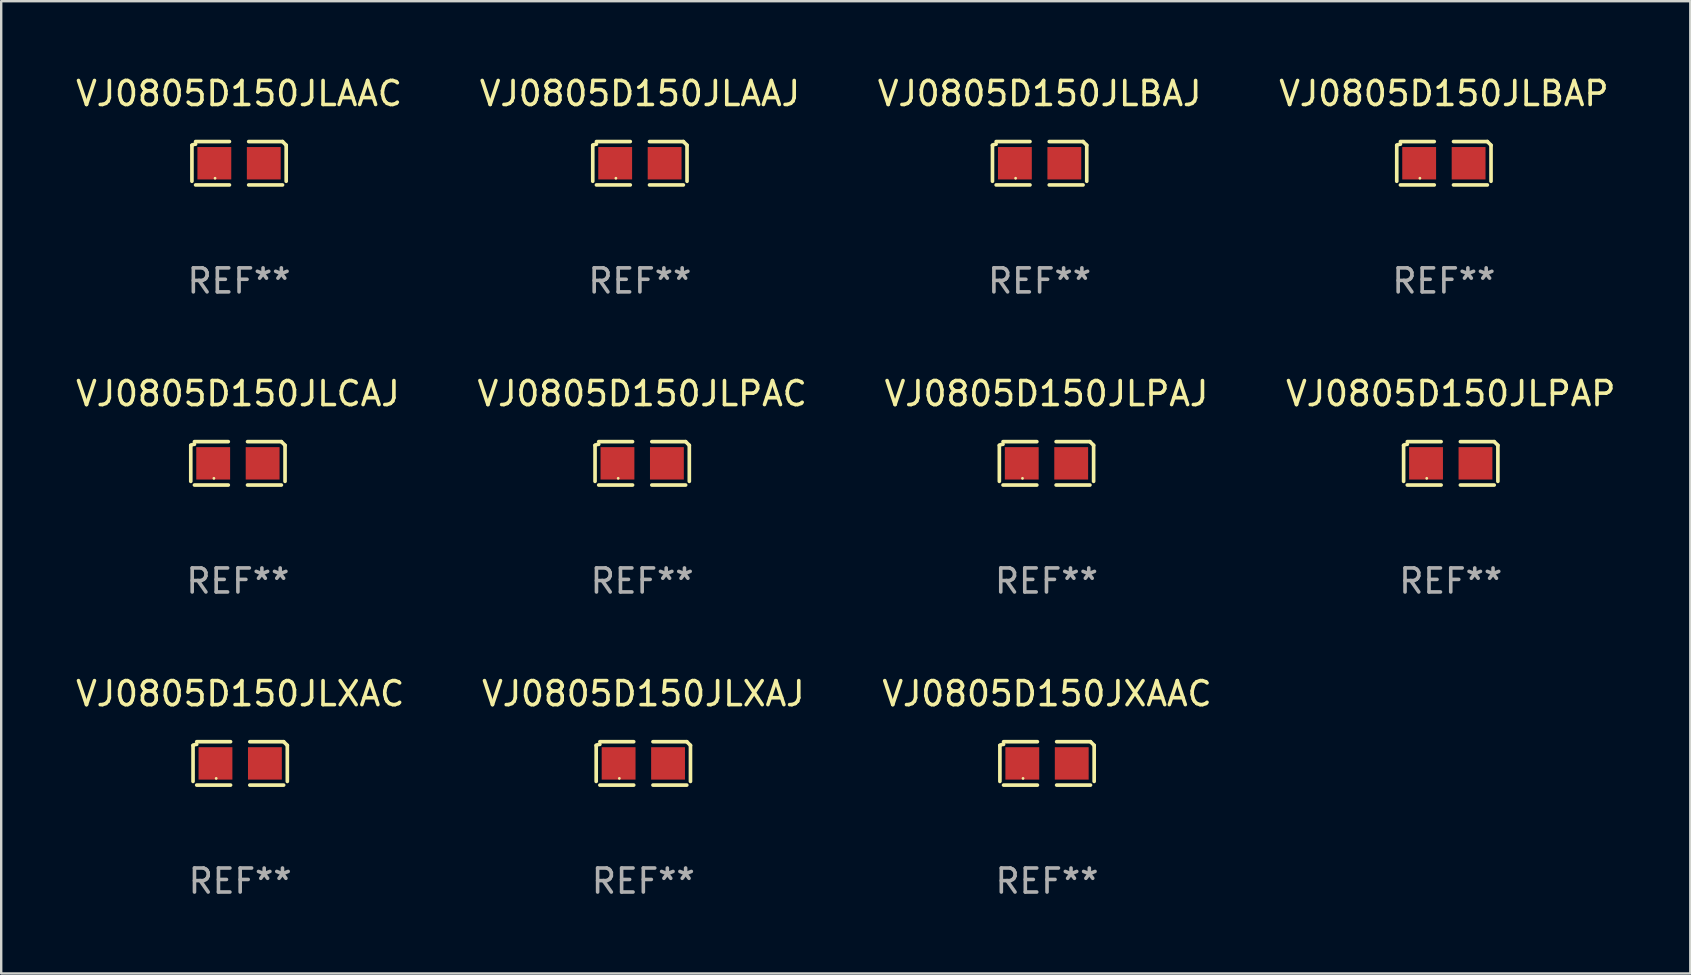
<source format=kicad_pcb>
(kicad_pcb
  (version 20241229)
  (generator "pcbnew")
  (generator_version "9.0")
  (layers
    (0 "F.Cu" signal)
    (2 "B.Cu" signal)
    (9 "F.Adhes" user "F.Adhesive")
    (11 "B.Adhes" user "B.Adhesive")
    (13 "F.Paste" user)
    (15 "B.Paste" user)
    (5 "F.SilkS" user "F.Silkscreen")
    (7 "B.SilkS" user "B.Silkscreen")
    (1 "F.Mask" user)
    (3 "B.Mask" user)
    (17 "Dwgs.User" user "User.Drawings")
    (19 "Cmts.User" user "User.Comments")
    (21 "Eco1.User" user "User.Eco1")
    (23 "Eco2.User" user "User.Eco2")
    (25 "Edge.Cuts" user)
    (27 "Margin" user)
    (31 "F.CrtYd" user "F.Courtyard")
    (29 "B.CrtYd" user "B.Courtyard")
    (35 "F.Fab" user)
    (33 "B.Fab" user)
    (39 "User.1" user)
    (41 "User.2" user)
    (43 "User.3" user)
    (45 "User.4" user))
  (footprint "VJ0805D150JLXAJ"
    (layer "F.Cu")
    (at 23.756 28.759)
    (property "Reference" "VJ0805D150JLXAJ" (at 0 -2.904 0) (layer "F.SilkS") (effects (font (size 1 1) (thickness 0.15))))
    (attr through_hole)
    (fp_line (start -1.964 0.751) (end -1.964 -0.751) (stroke (width 0.152) (type solid)) (layer "F.SilkS"))
    (fp_line (start -1.811 -0.904) (end -0.401 -0.904) (stroke (width 0.152) (type solid)) (layer "F.SilkS"))
    (fp_line (start -0.401 0.904) (end -1.811 0.904) (stroke (width 0.152) (type solid)) (layer "F.SilkS"))
    (fp_line (start 0.401 0.904) (end 1.811 0.904) (stroke (width 0.152) (type solid)) (layer "F.SilkS"))
    (fp_line (start 1.811 -0.904) (end 0.401 -0.904) (stroke (width 0.152) (type solid)) (layer "F.SilkS"))
    (fp_line (start 1.964 0.751) (end 1.964 -0.751) (stroke (width 0.152) (type solid)) (layer "F.SilkS"))
    (fp_arc (start -1.963602 -0.751207) (mid -1.890354 -0.783131) (end -1.811201 -0.794044) (stroke (width 0.1524) (type solid)) (layer "F.SilkS"))
    (fp_arc (start 1.811202 -0.903607) (mid 1.887413 -0.827418) (end 1.963602 -0.751207) (stroke (width 0.1524) (type solid)) (layer "F.SilkS"))
    (fp_circle (center -1 0.625) (end -0.97 0.625) (stroke (width 0.06) (type solid)) (fill no) (layer "F.SilkS"))
    (fp_text user "REF**" (at 0 4.904 0) (layer "F.Fab") (effects (font (size 1 1) (thickness 0.15))))
    (pad "1" smd rect (at -1.03 0) (size 1.41 1.35) (layers "F.Cu" "F.Mask" "F.Paste"))
    (pad "2" smd rect (at 1.03 0) (size 1.41 1.35) (layers "F.Cu" "F.Mask" "F.Paste")))
  (footprint "VJ0805D150JLPAJ"
    (layer "F.Cu")
    (at 40.554 16.256)
    (property "Reference" "VJ0805D150JLPAJ" (at 0 -2.904 0) (layer "F.SilkS") (effects (font (size 1 1) (thickness 0.15))))
    (attr through_hole)
    (fp_line (start -1.964 0.751) (end -1.964 -0.751) (stroke (width 0.152) (type solid)) (layer "F.SilkS"))
    (fp_line (start -1.811 -0.904) (end -0.401 -0.904) (stroke (width 0.152) (type solid)) (layer "F.SilkS"))
    (fp_line (start -0.401 0.904) (end -1.811 0.904) (stroke (width 0.152) (type solid)) (layer "F.SilkS"))
    (fp_line (start 0.401 0.904) (end 1.811 0.904) (stroke (width 0.152) (type solid)) (layer "F.SilkS"))
    (fp_line (start 1.811 -0.904) (end 0.401 -0.904) (stroke (width 0.152) (type solid)) (layer "F.SilkS"))
    (fp_line (start 1.964 0.751) (end 1.964 -0.751) (stroke (width 0.152) (type solid)) (layer "F.SilkS"))
    (fp_arc (start -1.963602 -0.751207) (mid -1.890354 -0.783131) (end -1.811201 -0.794044) (stroke (width 0.1524) (type solid)) (layer "F.SilkS"))
    (fp_arc (start 1.811202 -0.903607) (mid 1.887413 -0.827418) (end 1.963602 -0.751207) (stroke (width 0.1524) (type solid)) (layer "F.SilkS"))
    (fp_circle (center -1 0.625) (end -0.97 0.625) (stroke (width 0.06) (type solid)) (fill no) (layer "F.SilkS"))
    (fp_text user "REF**" (at 0 4.904 0) (layer "F.Fab") (effects (font (size 1 1) (thickness 0.15))))
    (pad "1" smd rect (at -1.03 0) (size 1.41 1.35) (layers "F.Cu" "F.Mask" "F.Paste"))
    (pad "2" smd rect (at 1.03 0) (size 1.41 1.35) (layers "F.Cu" "F.Mask" "F.Paste")))
  (footprint "VJ0805D150JLPAC"
    (layer "F.Cu")
    (at 23.708 16.256)
    (property "Reference" "VJ0805D150JLPAC" (at 0 -2.904 0) (layer "F.SilkS") (effects (font (size 1 1) (thickness 0.15))))
    (attr through_hole)
    (fp_line (start -1.964 0.751) (end -1.964 -0.751) (stroke (width 0.152) (type solid)) (layer "F.SilkS"))
    (fp_line (start -1.811 -0.904) (end -0.401 -0.904) (stroke (width 0.152) (type solid)) (layer "F.SilkS"))
    (fp_line (start -0.401 0.904) (end -1.811 0.904) (stroke (width 0.152) (type solid)) (layer "F.SilkS"))
    (fp_line (start 0.401 0.904) (end 1.811 0.904) (stroke (width 0.152) (type solid)) (layer "F.SilkS"))
    (fp_line (start 1.811 -0.904) (end 0.401 -0.904) (stroke (width 0.152) (type solid)) (layer "F.SilkS"))
    (fp_line (start 1.964 0.751) (end 1.964 -0.751) (stroke (width 0.152) (type solid)) (layer "F.SilkS"))
    (fp_arc (start -1.963602 -0.751207) (mid -1.890354 -0.783131) (end -1.811201 -0.794044) (stroke (width 0.1524) (type solid)) (layer "F.SilkS"))
    (fp_arc (start 1.811202 -0.903607) (mid 1.887413 -0.827418) (end 1.963602 -0.751207) (stroke (width 0.1524) (type solid)) (layer "F.SilkS"))
    (fp_circle (center -1 0.625) (end -0.97 0.625) (stroke (width 0.06) (type solid)) (fill no) (layer "F.SilkS"))
    (fp_text user "REF**" (at 0 4.904 0) (layer "F.Fab") (effects (font (size 1 1) (thickness 0.15))))
    (pad "1" smd rect (at -1.03 0) (size 1.41 1.35) (layers "F.Cu" "F.Mask" "F.Paste"))
    (pad "2" smd rect (at 1.03 0) (size 1.41 1.35) (layers "F.Cu" "F.Mask" "F.Paste")))
  (footprint "VJ0805D150JLAAC"
    (layer "F.Cu")
    (at 6.911 3.752)
    (property "Reference" "VJ0805D150JLAAC" (at 0 -2.904 0) (layer "F.SilkS") (effects (font (size 1 1) (thickness 0.15))))
    (attr through_hole)
    (fp_line (start -1.964 0.751) (end -1.964 -0.751) (stroke (width 0.152) (type solid)) (layer "F.SilkS"))
    (fp_line (start -1.811 -0.904) (end -0.401 -0.904) (stroke (width 0.152) (type solid)) (layer "F.SilkS"))
    (fp_line (start -0.401 0.904) (end -1.811 0.904) (stroke (width 0.152) (type solid)) (layer "F.SilkS"))
    (fp_line (start 0.401 0.904) (end 1.811 0.904) (stroke (width 0.152) (type solid)) (layer "F.SilkS"))
    (fp_line (start 1.811 -0.904) (end 0.401 -0.904) (stroke (width 0.152) (type solid)) (layer "F.SilkS"))
    (fp_line (start 1.964 0.751) (end 1.964 -0.751) (stroke (width 0.152) (type solid)) (layer "F.SilkS"))
    (fp_arc (start -1.963602 -0.751207) (mid -1.890354 -0.783131) (end -1.811201 -0.794044) (stroke (width 0.1524) (type solid)) (layer "F.SilkS"))
    (fp_arc (start 1.811202 -0.903607) (mid 1.887413 -0.827418) (end 1.963602 -0.751207) (stroke (width 0.1524) (type solid)) (layer "F.SilkS"))
    (fp_circle (center -1 0.625) (end -0.97 0.625) (stroke (width 0.06) (type solid)) (fill no) (layer "F.SilkS"))
    (fp_text user "REF**" (at 0 4.904 0) (layer "F.Fab") (effects (font (size 1 1) (thickness 0.15))))
    (pad "1" smd rect (at -1.03 0) (size 1.41 1.35) (layers "F.Cu" "F.Mask" "F.Paste"))
    (pad "2" smd rect (at 1.03 0) (size 1.41 1.35) (layers "F.Cu" "F.Mask" "F.Paste")))
  (footprint "VJ0805D150JLCAJ"
    (layer "F.Cu")
    (at 6.863 16.256)
    (property "Reference" "VJ0805D150JLCAJ" (at 0 -2.904 0) (layer "F.SilkS") (effects (font (size 1 1) (thickness 0.15))))
    (attr through_hole)
    (fp_line (start -1.964 0.751) (end -1.964 -0.751) (stroke (width 0.152) (type solid)) (layer "F.SilkS"))
    (fp_line (start -1.811 -0.904) (end -0.401 -0.904) (stroke (width 0.152) (type solid)) (layer "F.SilkS"))
    (fp_line (start -0.401 0.904) (end -1.811 0.904) (stroke (width 0.152) (type solid)) (layer "F.SilkS"))
    (fp_line (start 0.401 0.904) (end 1.811 0.904) (stroke (width 0.152) (type solid)) (layer "F.SilkS"))
    (fp_line (start 1.811 -0.904) (end 0.401 -0.904) (stroke (width 0.152) (type solid)) (layer "F.SilkS"))
    (fp_line (start 1.964 0.751) (end 1.964 -0.751) (stroke (width 0.152) (type solid)) (layer "F.SilkS"))
    (fp_arc (start -1.963602 -0.751207) (mid -1.890354 -0.783131) (end -1.811201 -0.794044) (stroke (width 0.1524) (type solid)) (layer "F.SilkS"))
    (fp_arc (start 1.811202 -0.903607) (mid 1.887413 -0.827418) (end 1.963602 -0.751207) (stroke (width 0.1524) (type solid)) (layer "F.SilkS"))
    (fp_circle (center -1 0.625) (end -0.97 0.625) (stroke (width 0.06) (type solid)) (fill no) (layer "F.SilkS"))
    (fp_text user "REF**" (at 0 4.904 0) (layer "F.Fab") (effects (font (size 1 1) (thickness 0.15))))
    (pad "1" smd rect (at -1.03 0) (size 1.41 1.35) (layers "F.Cu" "F.Mask" "F.Paste"))
    (pad "2" smd rect (at 1.03 0) (size 1.41 1.35) (layers "F.Cu" "F.Mask" "F.Paste")))
  (footprint "VJ0805D150JLXAC"
    (layer "F.Cu")
    (at 6.958 28.759)
    (property "Reference" "VJ0805D150JLXAC" (at 0 -2.904 0) (layer "F.SilkS") (effects (font (size 1 1) (thickness 0.15))))
    (attr through_hole)
    (fp_line (start -1.964 0.751) (end -1.964 -0.751) (stroke (width 0.152) (type solid)) (layer "F.SilkS"))
    (fp_line (start -1.811 -0.904) (end -0.401 -0.904) (stroke (width 0.152) (type solid)) (layer "F.SilkS"))
    (fp_line (start -0.401 0.904) (end -1.811 0.904) (stroke (width 0.152) (type solid)) (layer "F.SilkS"))
    (fp_line (start 0.401 0.904) (end 1.811 0.904) (stroke (width 0.152) (type solid)) (layer "F.SilkS"))
    (fp_line (start 1.811 -0.904) (end 0.401 -0.904) (stroke (width 0.152) (type solid)) (layer "F.SilkS"))
    (fp_line (start 1.964 0.751) (end 1.964 -0.751) (stroke (width 0.152) (type solid)) (layer "F.SilkS"))
    (fp_arc (start -1.963602 -0.751207) (mid -1.890354 -0.783131) (end -1.811201 -0.794044) (stroke (width 0.1524) (type solid)) (layer "F.SilkS"))
    (fp_arc (start 1.811202 -0.903607) (mid 1.887413 -0.827418) (end 1.963602 -0.751207) (stroke (width 0.1524) (type solid)) (layer "F.SilkS"))
    (fp_circle (center -1 0.625) (end -0.97 0.625) (stroke (width 0.06) (type solid)) (fill no) (layer "F.SilkS"))
    (fp_text user "REF**" (at 0 4.904 0) (layer "F.Fab") (effects (font (size 1 1) (thickness 0.15))))
    (pad "1" smd rect (at -1.03 0) (size 1.41 1.35) (layers "F.Cu" "F.Mask" "F.Paste"))
    (pad "2" smd rect (at 1.03 0) (size 1.41 1.35) (layers "F.Cu" "F.Mask" "F.Paste")))
  (footprint "VJ0805D150JLAAJ"
    (layer "F.Cu")
    (at 23.613 3.752)
    (property "Reference" "VJ0805D150JLAAJ" (at 0 -2.904 0) (layer "F.SilkS") (effects (font (size 1 1) (thickness 0.15))))
    (attr through_hole)
    (fp_line (start -1.964 0.751) (end -1.964 -0.751) (stroke (width 0.152) (type solid)) (layer "F.SilkS"))
    (fp_line (start -1.811 -0.904) (end -0.401 -0.904) (stroke (width 0.152) (type solid)) (layer "F.SilkS"))
    (fp_line (start -0.401 0.904) (end -1.811 0.904) (stroke (width 0.152) (type solid)) (layer "F.SilkS"))
    (fp_line (start 0.401 0.904) (end 1.811 0.904) (stroke (width 0.152) (type solid)) (layer "F.SilkS"))
    (fp_line (start 1.811 -0.904) (end 0.401 -0.904) (stroke (width 0.152) (type solid)) (layer "F.SilkS"))
    (fp_line (start 1.964 0.751) (end 1.964 -0.751) (stroke (width 0.152) (type solid)) (layer "F.SilkS"))
    (fp_arc (start -1.963602 -0.751207) (mid -1.890354 -0.783131) (end -1.811201 -0.794044) (stroke (width 0.1524) (type solid)) (layer "F.SilkS"))
    (fp_arc (start 1.811202 -0.903607) (mid 1.887413 -0.827418) (end 1.963602 -0.751207) (stroke (width 0.1524) (type solid)) (layer "F.SilkS"))
    (fp_circle (center -1 0.625) (end -0.97 0.625) (stroke (width 0.06) (type solid)) (fill no) (layer "F.SilkS"))
    (fp_text user "REF**" (at 0 4.904 0) (layer "F.Fab") (effects (font (size 1 1) (thickness 0.15))))
    (pad "1" smd rect (at -1.03 0) (size 1.41 1.35) (layers "F.Cu" "F.Mask" "F.Paste"))
    (pad "2" smd rect (at 1.03 0) (size 1.41 1.35) (layers "F.Cu" "F.Mask" "F.Paste")))
  (footprint "VJ0805D150JXAAC"
    (layer "F.Cu")
    (at 40.577 28.759)
    (property "Reference" "VJ0805D150JXAAC" (at 0 -2.904 0) (layer "F.SilkS") (effects (font (size 1 1) (thickness 0.15))))
    (attr through_hole)
    (fp_line (start -1.964 0.751) (end -1.964 -0.751) (stroke (width 0.152) (type solid)) (layer "F.SilkS"))
    (fp_line (start -1.811 -0.904) (end -0.401 -0.904) (stroke (width 0.152) (type solid)) (layer "F.SilkS"))
    (fp_line (start -0.401 0.904) (end -1.811 0.904) (stroke (width 0.152) (type solid)) (layer "F.SilkS"))
    (fp_line (start 0.401 0.904) (end 1.811 0.904) (stroke (width 0.152) (type solid)) (layer "F.SilkS"))
    (fp_line (start 1.811 -0.904) (end 0.401 -0.904) (stroke (width 0.152) (type solid)) (layer "F.SilkS"))
    (fp_line (start 1.964 0.751) (end 1.964 -0.751) (stroke (width 0.152) (type solid)) (layer "F.SilkS"))
    (fp_arc (start -1.963602 -0.751207) (mid -1.890354 -0.783131) (end -1.811201 -0.794044) (stroke (width 0.1524) (type solid)) (layer "F.SilkS"))
    (fp_arc (start 1.811202 -0.903607) (mid 1.887413 -0.827418) (end 1.963602 -0.751207) (stroke (width 0.1524) (type solid)) (layer "F.SilkS"))
    (fp_circle (center -1 0.625) (end -0.97 0.625) (stroke (width 0.06) (type solid)) (fill no) (layer "F.SilkS"))
    (fp_text user "REF**" (at 0 4.904 0) (layer "F.Fab") (effects (font (size 1 1) (thickness 0.15))))
    (pad "1" smd rect (at -1.03 0) (size 1.41 1.35) (layers "F.Cu" "F.Mask" "F.Paste"))
    (pad "2" smd rect (at 1.03 0) (size 1.41 1.35) (layers "F.Cu" "F.Mask" "F.Paste")))
  (footprint "VJ0805D150JLBAP"
    (layer "F.Cu")
    (at 57.113 3.752)
    (property "Reference" "VJ0805D150JLBAP" (at 0 -2.904 0) (layer "F.SilkS") (effects (font (size 1 1) (thickness 0.15))))
    (attr through_hole)
    (fp_line (start -1.964 0.751) (end -1.964 -0.751) (stroke (width 0.152) (type solid)) (layer "F.SilkS"))
    (fp_line (start -1.811 -0.904) (end -0.401 -0.904) (stroke (width 0.152) (type solid)) (layer "F.SilkS"))
    (fp_line (start -0.401 0.904) (end -1.811 0.904) (stroke (width 0.152) (type solid)) (layer "F.SilkS"))
    (fp_line (start 0.401 0.904) (end 1.811 0.904) (stroke (width 0.152) (type solid)) (layer "F.SilkS"))
    (fp_line (start 1.811 -0.904) (end 0.401 -0.904) (stroke (width 0.152) (type solid)) (layer "F.SilkS"))
    (fp_line (start 1.964 0.751) (end 1.964 -0.751) (stroke (width 0.152) (type solid)) (layer "F.SilkS"))
    (fp_arc (start -1.963602 -0.751207) (mid -1.890354 -0.783131) (end -1.811201 -0.794044) (stroke (width 0.1524) (type solid)) (layer "F.SilkS"))
    (fp_arc (start 1.811202 -0.903607) (mid 1.887413 -0.827418) (end 1.963602 -0.751207) (stroke (width 0.1524) (type solid)) (layer "F.SilkS"))
    (fp_circle (center -1 0.625) (end -0.97 0.625) (stroke (width 0.06) (type solid)) (fill no) (layer "F.SilkS"))
    (fp_text user "REF**" (at 0 4.904 0) (layer "F.Fab") (effects (font (size 1 1) (thickness 0.15))))
    (pad "1" smd rect (at -1.03 0) (size 1.41 1.35) (layers "F.Cu" "F.Mask" "F.Paste"))
    (pad "2" smd rect (at 1.03 0) (size 1.41 1.35) (layers "F.Cu" "F.Mask" "F.Paste")))
  (footprint "VJ0805D150JLPAP"
    (layer "F.Cu")
    (at 57.399 16.256)
    (property "Reference" "VJ0805D150JLPAP" (at 0 -2.904 0) (layer "F.SilkS") (effects (font (size 1 1) (thickness 0.15))))
    (attr through_hole)
    (fp_line (start -1.964 0.751) (end -1.964 -0.751) (stroke (width 0.152) (type solid)) (layer "F.SilkS"))
    (fp_line (start -1.811 -0.904) (end -0.401 -0.904) (stroke (width 0.152) (type solid)) (layer "F.SilkS"))
    (fp_line (start -0.401 0.904) (end -1.811 0.904) (stroke (width 0.152) (type solid)) (layer "F.SilkS"))
    (fp_line (start 0.401 0.904) (end 1.811 0.904) (stroke (width 0.152) (type solid)) (layer "F.SilkS"))
    (fp_line (start 1.811 -0.904) (end 0.401 -0.904) (stroke (width 0.152) (type solid)) (layer "F.SilkS"))
    (fp_line (start 1.964 0.751) (end 1.964 -0.751) (stroke (width 0.152) (type solid)) (layer "F.SilkS"))
    (fp_arc (start -1.963602 -0.751207) (mid -1.890354 -0.783131) (end -1.811201 -0.794044) (stroke (width 0.1524) (type solid)) (layer "F.SilkS"))
    (fp_arc (start 1.811202 -0.903607) (mid 1.887413 -0.827418) (end 1.963602 -0.751207) (stroke (width 0.1524) (type solid)) (layer "F.SilkS"))
    (fp_circle (center -1 0.625) (end -0.97 0.625) (stroke (width 0.06) (type solid)) (fill no) (layer "F.SilkS"))
    (fp_text user "REF**" (at 0 4.904 0) (layer "F.Fab") (effects (font (size 1 1) (thickness 0.15))))
    (pad "1" smd rect (at -1.03 0) (size 1.41 1.35) (layers "F.Cu" "F.Mask" "F.Paste"))
    (pad "2" smd rect (at 1.03 0) (size 1.41 1.35) (layers "F.Cu" "F.Mask" "F.Paste")))
  (footprint "VJ0805D150JLBAJ"
    (layer "F.Cu")
    (at 40.268 3.752)
    (property "Reference" "VJ0805D150JLBAJ" (at 0 -2.904 0) (layer "F.SilkS") (effects (font (size 1 1) (thickness 0.15))))
    (attr through_hole)
    (fp_line (start -1.964 0.751) (end -1.964 -0.751) (stroke (width 0.152) (type solid)) (layer "F.SilkS"))
    (fp_line (start -1.811 -0.904) (end -0.401 -0.904) (stroke (width 0.152) (type solid)) (layer "F.SilkS"))
    (fp_line (start -0.401 0.904) (end -1.811 0.904) (stroke (width 0.152) (type solid)) (layer "F.SilkS"))
    (fp_line (start 0.401 0.904) (end 1.811 0.904) (stroke (width 0.152) (type solid)) (layer "F.SilkS"))
    (fp_line (start 1.811 -0.904) (end 0.401 -0.904) (stroke (width 0.152) (type solid)) (layer "F.SilkS"))
    (fp_line (start 1.964 0.751) (end 1.964 -0.751) (stroke (width 0.152) (type solid)) (layer "F.SilkS"))
    (fp_arc (start -1.963602 -0.751207) (mid -1.890354 -0.783131) (end -1.811201 -0.794044) (stroke (width 0.1524) (type solid)) (layer "F.SilkS"))
    (fp_arc (start 1.811202 -0.903607) (mid 1.887413 -0.827418) (end 1.963602 -0.751207) (stroke (width 0.1524) (type solid)) (layer "F.SilkS"))
    (fp_circle (center -1 0.625) (end -0.97 0.625) (stroke (width 0.06) (type solid)) (fill no) (layer "F.SilkS"))
    (fp_text user "REF**" (at 0 4.904 0) (layer "F.Fab") (effects (font (size 1 1) (thickness 0.15))))
    (pad "1" smd rect (at -1.03 0) (size 1.41 1.35) (layers "F.Cu" "F.Mask" "F.Paste"))
    (pad "2" smd rect (at 1.03 0) (size 1.41 1.35) (layers "F.Cu" "F.Mask" "F.Paste")))
  (gr_rect
    (start -3 -3)
    (end 67.381 37.511)
    (stroke (width 0.1) (type default))
    (fill no)
    (layer "Edge.Cuts")))
</source>
